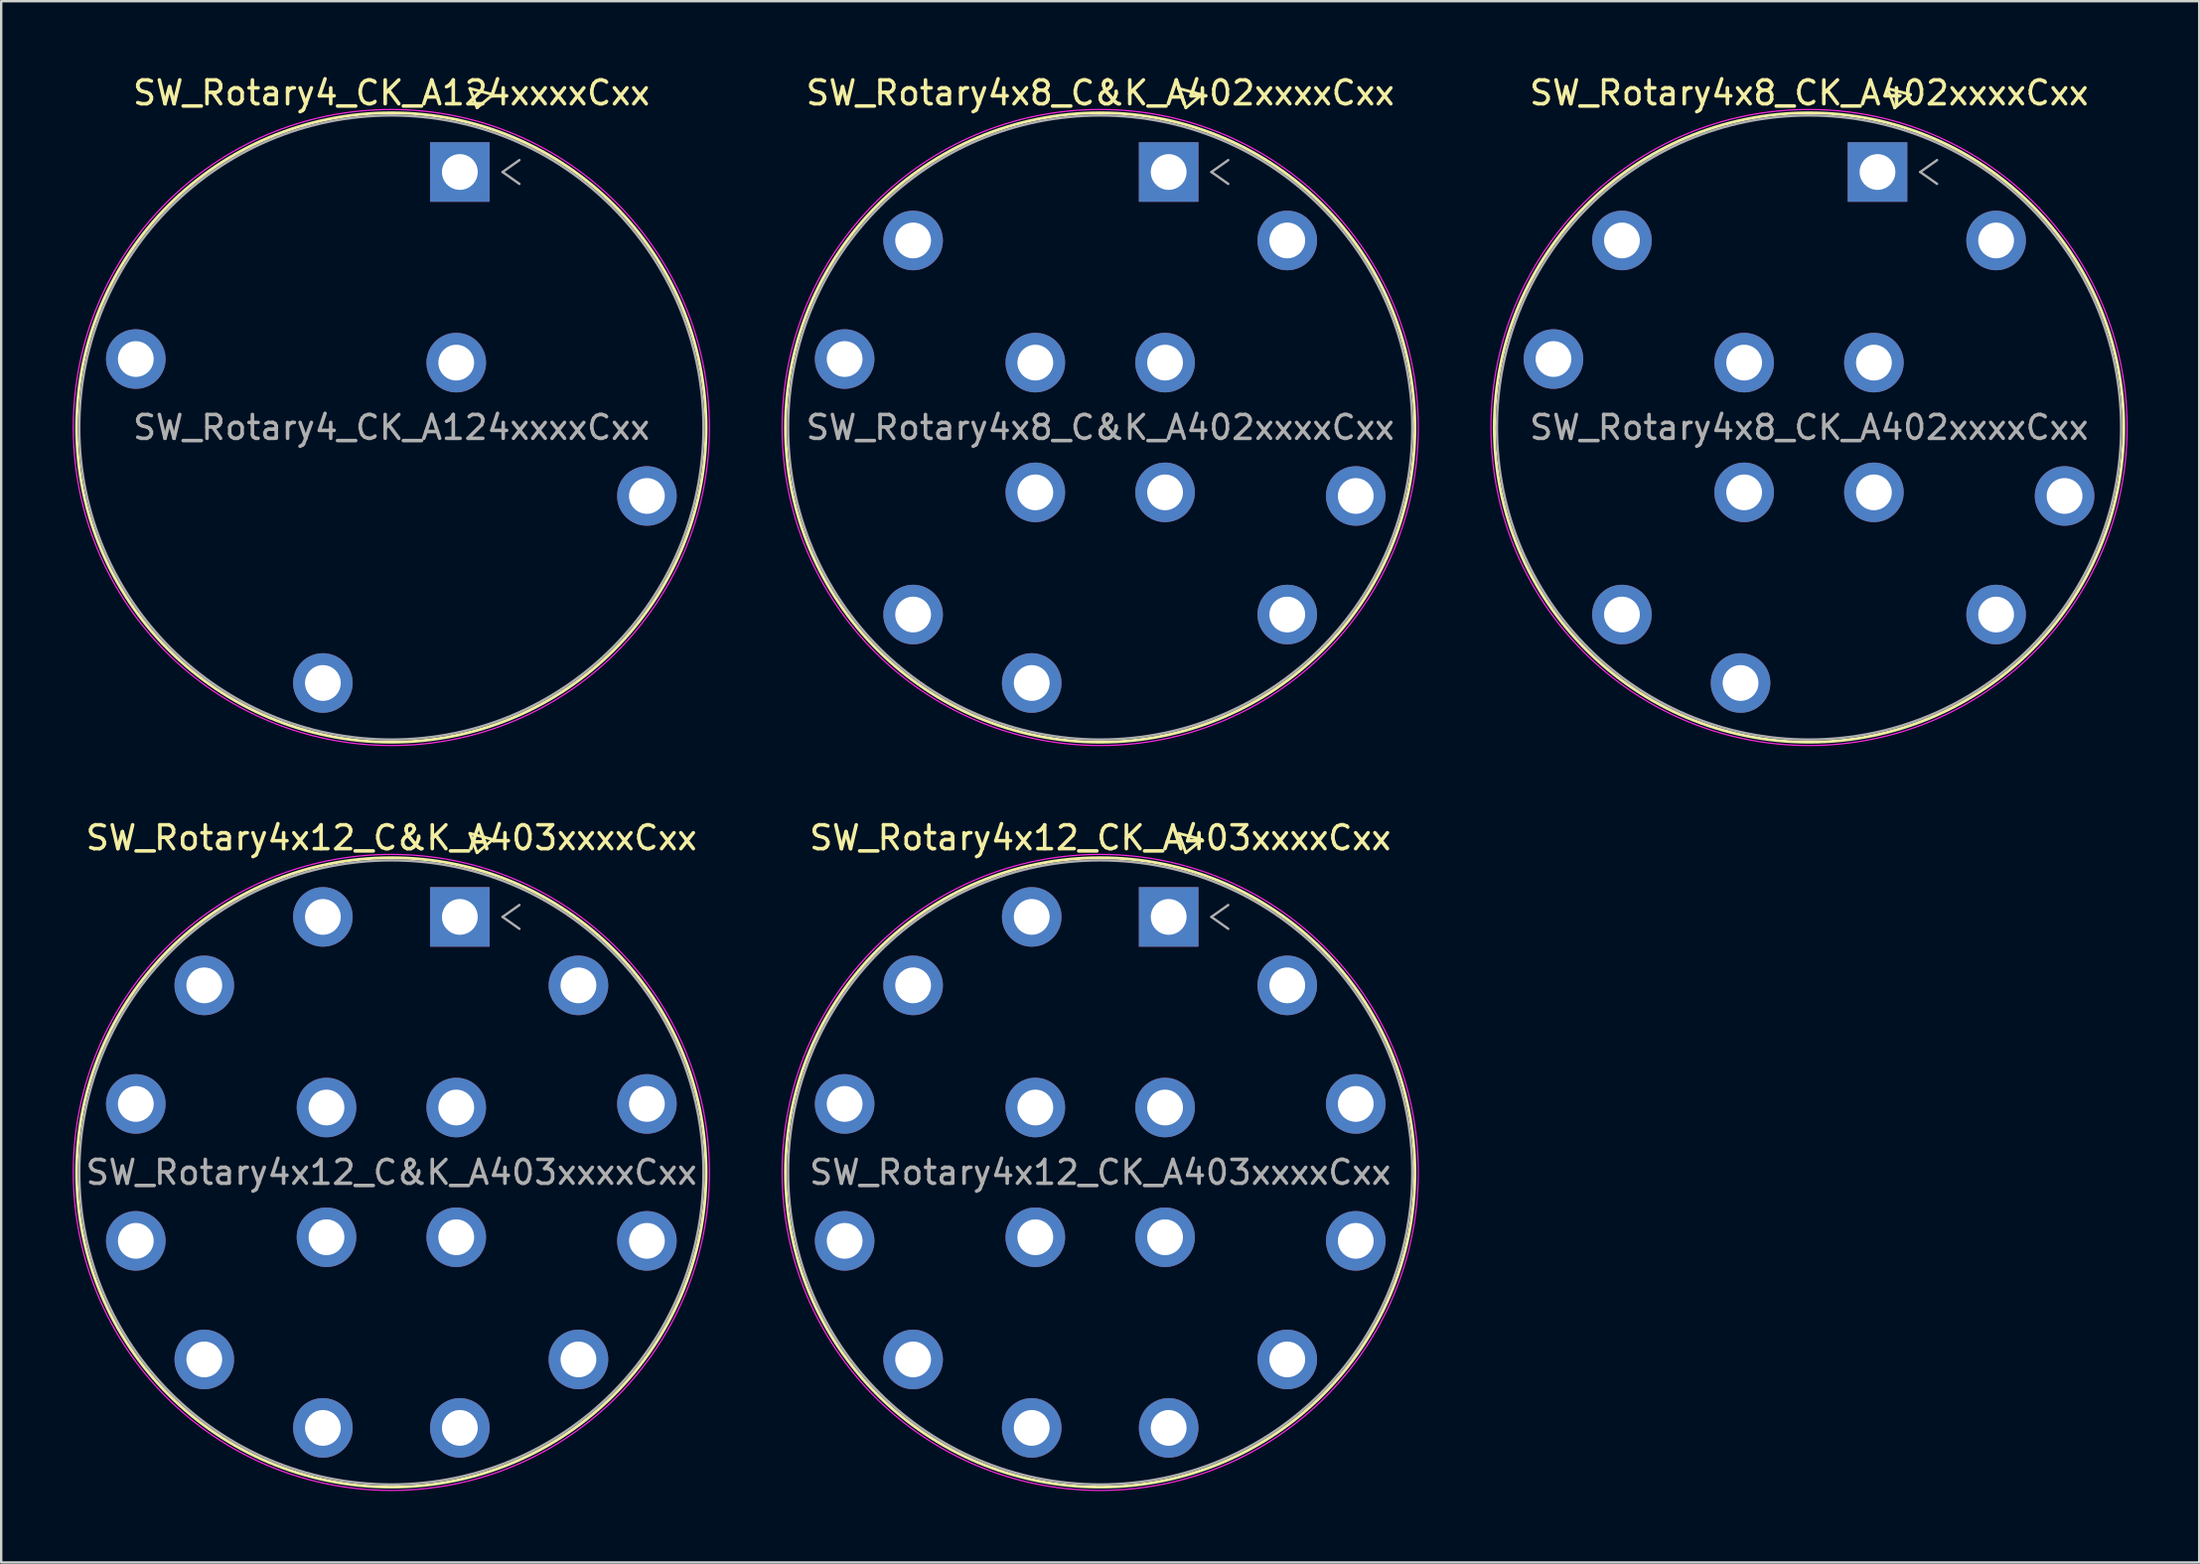
<source format=kicad_pcb>
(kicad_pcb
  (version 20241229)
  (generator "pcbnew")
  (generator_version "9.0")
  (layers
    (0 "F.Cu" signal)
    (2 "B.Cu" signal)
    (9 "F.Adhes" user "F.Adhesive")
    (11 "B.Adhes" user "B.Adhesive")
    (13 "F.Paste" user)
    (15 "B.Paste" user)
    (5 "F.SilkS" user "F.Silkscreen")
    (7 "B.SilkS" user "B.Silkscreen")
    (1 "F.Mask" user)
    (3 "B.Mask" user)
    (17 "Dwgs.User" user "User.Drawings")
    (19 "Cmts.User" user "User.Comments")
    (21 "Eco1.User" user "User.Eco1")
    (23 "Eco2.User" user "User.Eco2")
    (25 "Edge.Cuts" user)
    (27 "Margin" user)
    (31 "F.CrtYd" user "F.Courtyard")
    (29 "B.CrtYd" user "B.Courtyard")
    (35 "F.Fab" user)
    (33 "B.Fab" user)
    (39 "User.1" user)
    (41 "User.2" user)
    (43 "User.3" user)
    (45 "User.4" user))
  (footprint "SW_Rotary4x12_C&K_A403xxxxCxx"
    (layer "F.Cu")
    (at 16.243 35.428)
    (property "Reference" "SW_Rotary4x12_C&K_A403xxxxCxx" (at -2.87 -3.32 0) (layer "F.SilkS") (effects (font (size 1 1) (thickness 0.15))))
    (attr through_hole)
    (fp_line (start 0.422 -3.505) (end 0.722 -2.693) (stroke (width 0.12) (type solid)) (layer "F.SilkS"))
    (fp_line (start 0.722 -2.693) (end 1.388 -3.247) (stroke (width 0.12) (type solid)) (layer "F.SilkS"))
    (fp_line (start 1.388 -3.247) (end 0.422 -3.505) (stroke (width 0.12) (type solid)) (layer "F.SilkS"))
    (fp_circle (center -2.873 10.722) (end 10.332 10.722) (stroke (width 0.12) (type solid)) (fill no) (layer "F.SilkS"))
    (fp_circle (center -2.873 10.722) (end 10.472 10.722) (stroke (width 0.05) (type solid)) (fill no) (layer "F.CrtYd"))
    (fp_line (start 1.793 0) (end 2.5 0.5) (stroke (width 0.1) (type solid)) (layer "F.Fab"))
    (fp_line (start 2.5 -0.5) (end 1.793 0) (stroke (width 0.1) (type solid)) (layer "F.Fab"))
    (fp_circle (center -2.873 10.722) (end 10.222 10.722) (stroke (width 0.1) (type solid)) (fill no) (layer "F.Fab"))
    (fp_text user "${REFERENCE}" (at -2.87 10.72 0) (layer "F.Fab") (effects (font (size 1 1) (thickness 0.15))))
    (pad "1" thru_hole rect (at 0 0) (size 2.5 2.5) (drill 1.5) (layers "*.Cu" "*.Mask"))
    (pad "2" thru_hole circle (at 4.976 2.873) (size 2.5 2.5) (drill 1.5) (layers "*.Cu" "*.Mask"))
    (pad "3" thru_hole circle (at 7.849 7.849) (size 2.5 2.5) (drill 1.5) (layers "*.Cu" "*.Mask"))
    (pad "4" thru_hole circle (at 7.849 13.595) (size 2.5 2.5) (drill 1.5) (layers "*.Cu" "*.Mask"))
    (pad "5" thru_hole circle (at 4.976 18.571) (size 2.5 2.5) (drill 1.5) (layers "*.Cu" "*.Mask"))
    (pad "6" thru_hole circle (at 0 21.444) (size 2.5 2.5) (drill 1.5) (layers "*.Cu" "*.Mask"))
    (pad "7" thru_hole circle (at -5.746 21.444) (size 2.5 2.5) (drill 1.5) (layers "*.Cu" "*.Mask"))
    (pad "8" thru_hole circle (at -10.722 18.571) (size 2.5 2.5) (drill 1.5) (layers "*.Cu" "*.Mask"))
    (pad "9" thru_hole circle (at -13.595 13.595) (size 2.5 2.5) (drill 1.5) (layers "*.Cu" "*.Mask"))
    (pad "10" thru_hole circle (at -13.595 7.849) (size 2.5 2.5) (drill 1.5) (layers "*.Cu" "*.Mask"))
    (pad "11" thru_hole circle (at -10.722 2.873) (size 2.5 2.5) (drill 1.5) (layers "*.Cu" "*.Mask"))
    (pad "12" thru_hole circle (at -5.746 0) (size 2.5 2.5) (drill 1.5) (layers "*.Cu" "*.Mask"))
    (pad "A" thru_hole circle (at -0.151 7.999) (size 2.5 2.5) (drill 1.5) (layers "*.Cu" "*.Mask"))
    (pad "B" thru_hole circle (at -0.151 13.444) (size 2.5 2.5) (drill 1.5) (layers "*.Cu" "*.Mask"))
    (pad "C" thru_hole circle (at -5.595 13.444) (size 2.5 2.5) (drill 1.5) (layers "*.Cu" "*.Mask"))
    (pad "D" thru_hole circle (at -5.595 7.999) (size 2.5 2.5) (drill 1.5) (layers "*.Cu" "*.Mask")))
  (footprint "SW_Rotary4_CK_A124xxxxCxx"
    (layer "F.Cu")
    (at 16.243 4.168)
    (property "Reference" "SW_Rotary4_CK_A124xxxxCxx" (at -2.87 -3.32 0) (layer "F.SilkS") (effects (font (size 1 1) (thickness 0.15))))
    (attr through_hole)
    (fp_line (start 0.422 -3.505) (end 0.722 -2.693) (stroke (width 0.12) (type solid)) (layer "F.SilkS"))
    (fp_line (start 0.722 -2.693) (end 1.388 -3.247) (stroke (width 0.12) (type solid)) (layer "F.SilkS"))
    (fp_line (start 1.388 -3.247) (end 0.422 -3.505) (stroke (width 0.12) (type solid)) (layer "F.SilkS"))
    (fp_circle (center -2.873 10.722) (end 10.332 10.722) (stroke (width 0.12) (type solid)) (fill no) (layer "F.SilkS"))
    (fp_circle (center -2.873 10.722) (end 10.472 10.722) (stroke (width 0.05) (type solid)) (fill no) (layer "F.CrtYd"))
    (fp_line (start 1.793 0) (end 2.5 0.5) (stroke (width 0.1) (type solid)) (layer "F.Fab"))
    (fp_line (start 2.5 -0.5) (end 1.793 0) (stroke (width 0.1) (type solid)) (layer "F.Fab"))
    (fp_circle (center -2.873 10.722) (end 10.222 10.722) (stroke (width 0.1) (type solid)) (fill no) (layer "F.Fab"))
    (fp_text user "${REFERENCE}" (at -2.87 10.72 0) (layer "F.Fab") (effects (font (size 1 1) (thickness 0.15))))
    (pad "1" thru_hole rect (at 0 0) (size 2.5 2.5) (drill 1.5) (layers "*.Cu" "*.Mask"))
    (pad "4" thru_hole circle (at 7.849 13.595) (size 2.5 2.5) (drill 1.5) (layers "*.Cu" "*.Mask"))
    (pad "7" thru_hole circle (at -5.746 21.444) (size 2.5 2.5) (drill 1.5) (layers "*.Cu" "*.Mask"))
    (pad "10" thru_hole circle (at -13.595 7.849) (size 2.5 2.5) (drill 1.5) (layers "*.Cu" "*.Mask"))
    (pad "A" thru_hole circle (at -0.151 7.999) (size 2.5 2.5) (drill 1.5) (layers "*.Cu" "*.Mask")))
  (footprint "SW_Rotary4x12_CK_A403xxxxCxx"
    (layer "F.Cu")
    (at 45.983 35.428)
    (property "Reference" "SW_Rotary4x12_CK_A403xxxxCxx" (at -2.87 -3.32 0) (layer "F.SilkS") (effects (font (size 1 1) (thickness 0.15))))
    (attr through_hole)
    (fp_line (start 0.422 -3.505) (end 0.722 -2.693) (stroke (width 0.12) (type solid)) (layer "F.SilkS"))
    (fp_line (start 0.722 -2.693) (end 1.388 -3.247) (stroke (width 0.12) (type solid)) (layer "F.SilkS"))
    (fp_line (start 1.388 -3.247) (end 0.422 -3.505) (stroke (width 0.12) (type solid)) (layer "F.SilkS"))
    (fp_circle (center -2.873 10.722) (end 10.332 10.722) (stroke (width 0.12) (type solid)) (fill no) (layer "F.SilkS"))
    (fp_circle (center -2.873 10.722) (end 10.472 10.722) (stroke (width 0.05) (type solid)) (fill no) (layer "F.CrtYd"))
    (fp_line (start 1.793 0) (end 2.5 0.5) (stroke (width 0.1) (type solid)) (layer "F.Fab"))
    (fp_line (start 2.5 -0.5) (end 1.793 0) (stroke (width 0.1) (type solid)) (layer "F.Fab"))
    (fp_circle (center -2.873 10.722) (end 10.222 10.722) (stroke (width 0.1) (type solid)) (fill no) (layer "F.Fab"))
    (fp_text user "${REFERENCE}" (at -2.87 10.72 0) (layer "F.Fab") (effects (font (size 1 1) (thickness 0.15))))
    (pad "1" thru_hole rect (at 0 0) (size 2.5 2.5) (drill 1.5) (layers "*.Cu" "*.Mask"))
    (pad "2" thru_hole circle (at 4.976 2.873) (size 2.5 2.5) (drill 1.5) (layers "*.Cu" "*.Mask"))
    (pad "3" thru_hole circle (at 7.849 7.849) (size 2.5 2.5) (drill 1.5) (layers "*.Cu" "*.Mask"))
    (pad "4" thru_hole circle (at 7.849 13.595) (size 2.5 2.5) (drill 1.5) (layers "*.Cu" "*.Mask"))
    (pad "5" thru_hole circle (at 4.976 18.571) (size 2.5 2.5) (drill 1.5) (layers "*.Cu" "*.Mask"))
    (pad "6" thru_hole circle (at 0 21.444) (size 2.5 2.5) (drill 1.5) (layers "*.Cu" "*.Mask"))
    (pad "7" thru_hole circle (at -5.746 21.444) (size 2.5 2.5) (drill 1.5) (layers "*.Cu" "*.Mask"))
    (pad "8" thru_hole circle (at -10.722 18.571) (size 2.5 2.5) (drill 1.5) (layers "*.Cu" "*.Mask"))
    (pad "9" thru_hole circle (at -13.595 13.595) (size 2.5 2.5) (drill 1.5) (layers "*.Cu" "*.Mask"))
    (pad "10" thru_hole circle (at -13.595 7.849) (size 2.5 2.5) (drill 1.5) (layers "*.Cu" "*.Mask"))
    (pad "11" thru_hole circle (at -10.722 2.873) (size 2.5 2.5) (drill 1.5) (layers "*.Cu" "*.Mask"))
    (pad "12" thru_hole circle (at -5.746 0) (size 2.5 2.5) (drill 1.5) (layers "*.Cu" "*.Mask"))
    (pad "A" thru_hole circle (at -0.151 7.999) (size 2.5 2.5) (drill 1.5) (layers "*.Cu" "*.Mask"))
    (pad "B" thru_hole circle (at -0.151 13.444) (size 2.5 2.5) (drill 1.5) (layers "*.Cu" "*.Mask"))
    (pad "C" thru_hole circle (at -5.595 13.444) (size 2.5 2.5) (drill 1.5) (layers "*.Cu" "*.Mask"))
    (pad "D" thru_hole circle (at -5.595 7.999) (size 2.5 2.5) (drill 1.5) (layers "*.Cu" "*.Mask")))
  (footprint "SW_Rotary4x8_C&K_A402xxxxCxx"
    (layer "F.Cu")
    (at 45.983 4.168)
    (property "Reference" "SW_Rotary4x8_C&K_A402xxxxCxx" (at -2.87 -3.32 0) (layer "F.SilkS") (effects (font (size 1 1) (thickness 0.15))))
    (attr through_hole)
    (fp_line (start 0.422 -3.505) (end 0.722 -2.693) (stroke (width 0.12) (type solid)) (layer "F.SilkS"))
    (fp_line (start 0.722 -2.693) (end 1.388 -3.247) (stroke (width 0.12) (type solid)) (layer "F.SilkS"))
    (fp_line (start 1.388 -3.247) (end 0.422 -3.505) (stroke (width 0.12) (type solid)) (layer "F.SilkS"))
    (fp_circle (center -2.873 10.722) (end 10.332 10.722) (stroke (width 0.12) (type solid)) (fill no) (layer "F.SilkS"))
    (fp_circle (center -2.873 10.722) (end 10.472 10.722) (stroke (width 0.05) (type solid)) (fill no) (layer "F.CrtYd"))
    (fp_line (start 1.793 0) (end 2.5 0.5) (stroke (width 0.1) (type solid)) (layer "F.Fab"))
    (fp_line (start 2.5 -0.5) (end 1.793 0) (stroke (width 0.1) (type solid)) (layer "F.Fab"))
    (fp_circle (center -2.873 10.722) (end 10.222 10.722) (stroke (width 0.1) (type solid)) (fill no) (layer "F.Fab"))
    (fp_text user "${REFERENCE}" (at -2.87 10.72 0) (layer "F.Fab") (effects (font (size 1 1) (thickness 0.15))))
    (pad "1" thru_hole rect (at 0 0) (size 2.5 2.5) (drill 1.5) (layers "*.Cu" "*.Mask"))
    (pad "2" thru_hole circle (at 4.976 2.873) (size 2.5 2.5) (drill 1.5) (layers "*.Cu" "*.Mask"))
    (pad "4" thru_hole circle (at 7.849 13.595) (size 2.5 2.5) (drill 1.5) (layers "*.Cu" "*.Mask"))
    (pad "5" thru_hole circle (at 4.976 18.571) (size 2.5 2.5) (drill 1.5) (layers "*.Cu" "*.Mask"))
    (pad "7" thru_hole circle (at -5.746 21.444) (size 2.5 2.5) (drill 1.5) (layers "*.Cu" "*.Mask"))
    (pad "8" thru_hole circle (at -10.722 18.571) (size 2.5 2.5) (drill 1.5) (layers "*.Cu" "*.Mask"))
    (pad "10" thru_hole circle (at -13.595 7.849) (size 2.5 2.5) (drill 1.5) (layers "*.Cu" "*.Mask"))
    (pad "11" thru_hole circle (at -10.722 2.873) (size 2.5 2.5) (drill 1.5) (layers "*.Cu" "*.Mask"))
    (pad "A" thru_hole circle (at -0.151 7.999) (size 2.5 2.5) (drill 1.5) (layers "*.Cu" "*.Mask"))
    (pad "B" thru_hole circle (at -0.151 13.444) (size 2.5 2.5) (drill 1.5) (layers "*.Cu" "*.Mask"))
    (pad "C" thru_hole circle (at -5.595 13.444) (size 2.5 2.5) (drill 1.5) (layers "*.Cu" "*.Mask"))
    (pad "D" thru_hole circle (at -5.595 7.999) (size 2.5 2.5) (drill 1.5) (layers "*.Cu" "*.Mask")))
  (footprint "SW_Rotary4x8_CK_A402xxxxCxx"
    (layer "F.Cu")
    (at 75.723 4.168)
    (property "Reference" "SW_Rotary4x8_CK_A402xxxxCxx" (at -2.87 -3.32 0) (layer "F.SilkS") (effects (font (size 1 1) (thickness 0.15))))
    (attr through_hole)
    (fp_line (start 0.422 -3.505) (end 0.722 -2.693) (stroke (width 0.12) (type solid)) (layer "F.SilkS"))
    (fp_line (start 0.722 -2.693) (end 1.388 -3.247) (stroke (width 0.12) (type solid)) (layer "F.SilkS"))
    (fp_line (start 1.388 -3.247) (end 0.422 -3.505) (stroke (width 0.12) (type solid)) (layer "F.SilkS"))
    (fp_circle (center -2.873 10.722) (end 10.332 10.722) (stroke (width 0.12) (type solid)) (fill no) (layer "F.SilkS"))
    (fp_circle (center -2.873 10.722) (end 10.472 10.722) (stroke (width 0.05) (type solid)) (fill no) (layer "F.CrtYd"))
    (fp_line (start 1.793 0) (end 2.5 0.5) (stroke (width 0.1) (type solid)) (layer "F.Fab"))
    (fp_line (start 2.5 -0.5) (end 1.793 0) (stroke (width 0.1) (type solid)) (layer "F.Fab"))
    (fp_circle (center -2.873 10.722) (end 10.222 10.722) (stroke (width 0.1) (type solid)) (fill no) (layer "F.Fab"))
    (fp_text user "${REFERENCE}" (at -2.87 10.72 0) (layer "F.Fab") (effects (font (size 1 1) (thickness 0.15))))
    (pad "1" thru_hole rect (at 0 0) (size 2.5 2.5) (drill 1.5) (layers "*.Cu" "*.Mask"))
    (pad "2" thru_hole circle (at 4.976 2.873) (size 2.5 2.5) (drill 1.5) (layers "*.Cu" "*.Mask"))
    (pad "4" thru_hole circle (at 7.849 13.595) (size 2.5 2.5) (drill 1.5) (layers "*.Cu" "*.Mask"))
    (pad "5" thru_hole circle (at 4.976 18.571) (size 2.5 2.5) (drill 1.5) (layers "*.Cu" "*.Mask"))
    (pad "7" thru_hole circle (at -5.746 21.444) (size 2.5 2.5) (drill 1.5) (layers "*.Cu" "*.Mask"))
    (pad "8" thru_hole circle (at -10.722 18.571) (size 2.5 2.5) (drill 1.5) (layers "*.Cu" "*.Mask"))
    (pad "10" thru_hole circle (at -13.595 7.849) (size 2.5 2.5) (drill 1.5) (layers "*.Cu" "*.Mask"))
    (pad "11" thru_hole circle (at -10.722 2.873) (size 2.5 2.5) (drill 1.5) (layers "*.Cu" "*.Mask"))
    (pad "A" thru_hole circle (at -0.151 7.999) (size 2.5 2.5) (drill 1.5) (layers "*.Cu" "*.Mask"))
    (pad "B" thru_hole circle (at -0.151 13.444) (size 2.5 2.5) (drill 1.5) (layers "*.Cu" "*.Mask"))
    (pad "C" thru_hole circle (at -5.595 13.444) (size 2.5 2.5) (drill 1.5) (layers "*.Cu" "*.Mask"))
    (pad "D" thru_hole circle (at -5.595 7.999) (size 2.5 2.5) (drill 1.5) (layers "*.Cu" "*.Mask")))
  (gr_rect
    (start -3 -3)
    (end 89.22 62.52)
    (stroke (width 0.1) (type default))
    (fill no)
    (layer "Edge.Cuts")))
</source>
